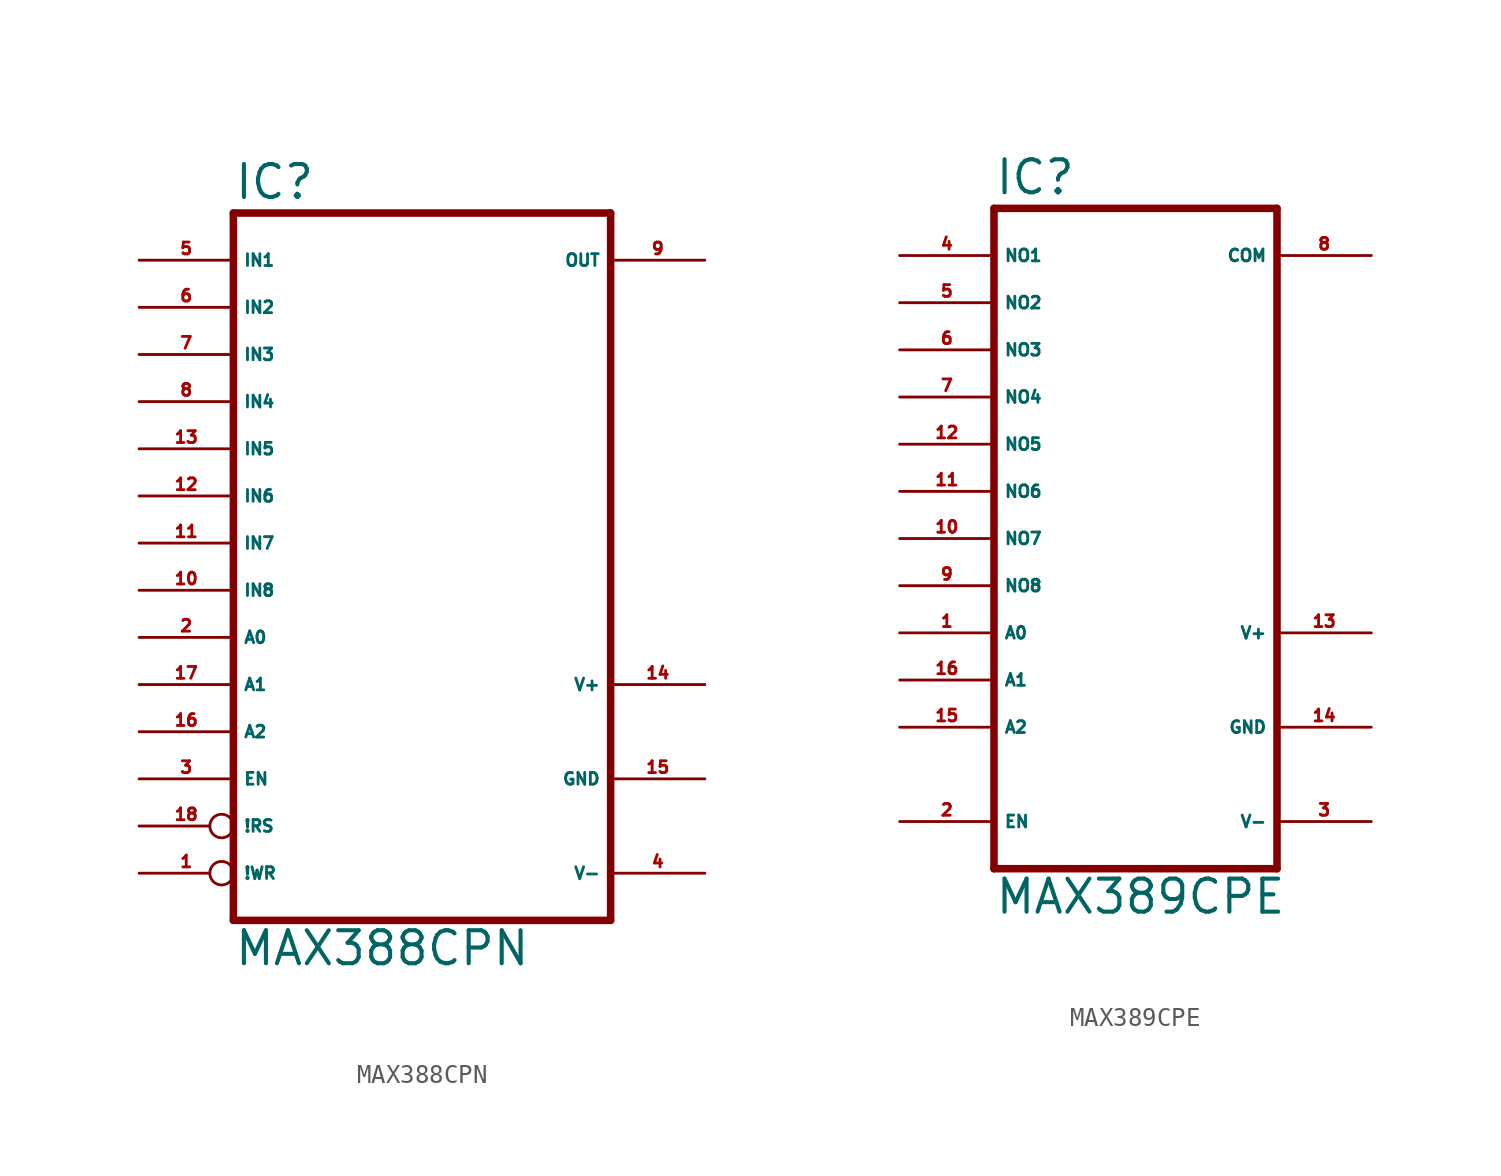
<source format=kicad_sym>
(kicad_symbol_lib
  (version 20220914)
  (generator Eagle2Kicad)
  (symbol "MAX388CPN"
    (property "Reference" "IC"
      (at -10.16 18.415 0)
      (effects (font (size 1.778 1.778) (thickness 0.22)) (justify left bottom)))
    (property "Value" "MAX388CPN"
      (at -10.16 -22.86 0)
      (effects (font (size 1.778 1.778) (thickness 0.22)) (justify left bottom)))
    (polyline
      (pts (xy 10.16 -20.32) (xy 10.16 17.78))
      (stroke (width 0.406) (type default))
      (fill (type none)))
    (polyline
      (pts (xy -10.16 17.78) (xy 10.16 17.78))
      (stroke (width 0.406) (type default))
      (fill (type none)))
    (polyline
      (pts (xy -10.16 17.78) (xy -10.16 -20.32))
      (stroke (width 0.406) (type default))
      (fill (type none)))
    (polyline
      (pts (xy 10.16 -20.32) (xy -10.16 -20.32))
      (stroke (width 0.406) (type default))
      (fill (type none)))
    (pin passive line
      (at -15.24 15.24 0)
      (length 5.08)
      (name "IN1" (effects (font (size 0.635 0.635) (thickness 0.08)) (justify left bottom)))
      (number "5" (effects (font (size 0.635 0.635) (thickness 0.08)) (justify left bottom))))
    (pin passive line
      (at -15.24 12.7 0)
      (length 5.08)
      (name "IN2" (effects (font (size 0.635 0.635) (thickness 0.08)) (justify left bottom)))
      (number "6" (effects (font (size 0.635 0.635) (thickness 0.08)) (justify left bottom))))
    (pin passive line
      (at -15.24 10.16 0)
      (length 5.08)
      (name "IN3" (effects (font (size 0.635 0.635) (thickness 0.08)) (justify left bottom)))
      (number "7" (effects (font (size 0.635 0.635) (thickness 0.08)) (justify left bottom))))
    (pin passive line
      (at -15.24 7.62 0)
      (length 5.08)
      (name "IN4" (effects (font (size 0.635 0.635) (thickness 0.08)) (justify left bottom)))
      (number "8" (effects (font (size 0.635 0.635) (thickness 0.08)) (justify left bottom))))
    (pin passive line
      (at -15.24 5.08 0)
      (length 5.08)
      (name "IN5" (effects (font (size 0.635 0.635) (thickness 0.08)) (justify left bottom)))
      (number "13" (effects (font (size 0.635 0.635) (thickness 0.08)) (justify left bottom))))
    (pin passive line
      (at -15.24 2.54 0)
      (length 5.08)
      (name "IN6" (effects (font (size 0.635 0.635) (thickness 0.08)) (justify left bottom)))
      (number "12" (effects (font (size 0.635 0.635) (thickness 0.08)) (justify left bottom))))
    (pin passive line
      (at -15.24 0 0)
      (length 5.08)
      (name "IN7" (effects (font (size 0.635 0.635) (thickness 0.08)) (justify left bottom)))
      (number "11" (effects (font (size 0.635 0.635) (thickness 0.08)) (justify left bottom))))
    (pin passive line
      (at -15.24 -2.54 0)
      (length 5.08)
      (name "IN8" (effects (font (size 0.635 0.635) (thickness 0.08)) (justify left bottom)))
      (number "10" (effects (font (size 0.635 0.635) (thickness 0.08)) (justify left bottom))))
    (pin input line
      (at -15.24 -5.08 0)
      (length 5.08)
      (name "A0" (effects (font (size 0.635 0.635) (thickness 0.08)) (justify left bottom)))
      (number "2" (effects (font (size 0.635 0.635) (thickness 0.08)) (justify left bottom))))
    (pin input line
      (at -15.24 -7.62 0)
      (length 5.08)
      (name "A1" (effects (font (size 0.635 0.635) (thickness 0.08)) (justify left bottom)))
      (number "17" (effects (font (size 0.635 0.635) (thickness 0.08)) (justify left bottom))))
    (pin input line
      (at -15.24 -10.16 0)
      (length 5.08)
      (name "A2" (effects (font (size 0.635 0.635) (thickness 0.08)) (justify left bottom)))
      (number "16" (effects (font (size 0.635 0.635) (thickness 0.08)) (justify left bottom))))
    (pin input line
      (at -15.24 -12.7 0)
      (length 5.08)
      (name "EN" (effects (font (size 0.635 0.635) (thickness 0.08)) (justify left bottom)))
      (number "3" (effects (font (size 0.635 0.635) (thickness 0.08)) (justify left bottom))))
    (pin input inverted
      (at -15.24 -15.24 0)
      (length 5.08)
      (name "!RS" (effects (font (size 0.635 0.635) (thickness 0.08)) (justify left bottom)))
      (number "18" (effects (font (size 0.635 0.635) (thickness 0.08)) (justify left bottom))))
    (pin input inverted
      (at -15.24 -17.78 0)
      (length 5.08)
      (name "!WR" (effects (font (size 0.635 0.635) (thickness 0.08)) (justify left bottom)))
      (number "1" (effects (font (size 0.635 0.635) (thickness 0.08)) (justify left bottom))))
    (pin passive line
      (at 15.24 15.24 180)
      (length 5.08)
      (name "OUT" (effects (font (size 0.635 0.635) (thickness 0.08)) (justify left bottom)))
      (number "9" (effects (font (size 0.635 0.635) (thickness 0.08)) (justify left bottom))))
    (pin unspecified line
      (at 15.24 -12.7 180)
      (length 5.08)
      (name "GND" (effects (font (size 0.635 0.635) (thickness 0.08)) (justify left bottom)))
      (number "15" (effects (font (size 0.635 0.635) (thickness 0.08)) (justify left bottom))))
    (pin unspecified line
      (at 15.24 -17.78 180)
      (length 5.08)
      (name "V-" (effects (font (size 0.635 0.635) (thickness 0.08)) (justify left bottom)))
      (number "4" (effects (font (size 0.635 0.635) (thickness 0.08)) (justify left bottom))))
    (pin unspecified line
      (at 15.24 -7.62 180)
      (length 5.08)
      (name "V+" (effects (font (size 0.635 0.635) (thickness 0.08)) (justify left bottom)))
      (number "14" (effects (font (size 0.635 0.635) (thickness 0.08)) (justify left bottom)))))
  (symbol "MAX389CPE"
    (property "Reference" "IC"
      (at -7.62 18.415 0)
      (effects (font (size 1.778 1.778) (thickness 0.22)) (justify left bottom)))
    (property "Value" "MAX389CPE"
      (at -7.62 -20.32 0)
      (effects (font (size 1.778 1.778) (thickness 0.22)) (justify left bottom)))
    (polyline
      (pts (xy -7.62 -17.78) (xy 7.62 -17.78))
      (stroke (width 0.406) (type default))
      (fill (type none)))
    (polyline
      (pts (xy 7.62 -17.78) (xy 7.62 17.78))
      (stroke (width 0.406) (type default))
      (fill (type none)))
    (polyline
      (pts (xy 7.62 17.78) (xy -7.62 17.78))
      (stroke (width 0.406) (type default))
      (fill (type none)))
    (polyline
      (pts (xy -7.62 17.78) (xy -7.62 -17.78))
      (stroke (width 0.406) (type default))
      (fill (type none)))
    (pin input line
      (at -12.7 -5.08 0)
      (length 5.08)
      (name "A0" (effects (font (size 0.635 0.635) (thickness 0.08)) (justify left bottom)))
      (number "1" (effects (font (size 0.635 0.635) (thickness 0.08)) (justify left bottom))))
    (pin input line
      (at -12.7 -7.62 0)
      (length 5.08)
      (name "A1" (effects (font (size 0.635 0.635) (thickness 0.08)) (justify left bottom)))
      (number "16" (effects (font (size 0.635 0.635) (thickness 0.08)) (justify left bottom))))
    (pin input line
      (at -12.7 -10.16 0)
      (length 5.08)
      (name "A2" (effects (font (size 0.635 0.635) (thickness 0.08)) (justify left bottom)))
      (number "15" (effects (font (size 0.635 0.635) (thickness 0.08)) (justify left bottom))))
    (pin passive line
      (at -12.7 15.24 0)
      (length 5.08)
      (name "NO1" (effects (font (size 0.635 0.635) (thickness 0.08)) (justify left bottom)))
      (number "4" (effects (font (size 0.635 0.635) (thickness 0.08)) (justify left bottom))))
    (pin passive line
      (at 12.7 15.24 180)
      (length 5.08)
      (name "COM" (effects (font (size 0.635 0.635) (thickness 0.08)) (justify left bottom)))
      (number "8" (effects (font (size 0.635 0.635) (thickness 0.08)) (justify left bottom))))
    (pin input line
      (at -12.7 -15.24 0)
      (length 5.08)
      (name "EN" (effects (font (size 0.635 0.635) (thickness 0.08)) (justify left bottom)))
      (number "2" (effects (font (size 0.635 0.635) (thickness 0.08)) (justify left bottom))))
    (pin unspecified line
      (at 12.7 -5.08 180)
      (length 5.08)
      (name "V+" (effects (font (size 0.635 0.635) (thickness 0.08)) (justify left bottom)))
      (number "13" (effects (font (size 0.635 0.635) (thickness 0.08)) (justify left bottom))))
    (pin unspecified line
      (at 12.7 -10.16 180)
      (length 5.08)
      (name "GND" (effects (font (size 0.635 0.635) (thickness 0.08)) (justify left bottom)))
      (number "14" (effects (font (size 0.635 0.635) (thickness 0.08)) (justify left bottom))))
    (pin unspecified line
      (at 12.7 -15.24 180)
      (length 5.08)
      (name "V-" (effects (font (size 0.635 0.635) (thickness 0.08)) (justify left bottom)))
      (number "3" (effects (font (size 0.635 0.635) (thickness 0.08)) (justify left bottom))))
    (pin passive line
      (at -12.7 2.54 0)
      (length 5.08)
      (name "NO6" (effects (font (size 0.635 0.635) (thickness 0.08)) (justify left bottom)))
      (number "11" (effects (font (size 0.635 0.635) (thickness 0.08)) (justify left bottom))))
    (pin passive line
      (at -12.7 7.62 0)
      (length 5.08)
      (name "NO4" (effects (font (size 0.635 0.635) (thickness 0.08)) (justify left bottom)))
      (number "7" (effects (font (size 0.635 0.635) (thickness 0.08)) (justify left bottom))))
    (pin passive line
      (at -12.7 5.08 0)
      (length 5.08)
      (name "NO5" (effects (font (size 0.635 0.635) (thickness 0.08)) (justify left bottom)))
      (number "12" (effects (font (size 0.635 0.635) (thickness 0.08)) (justify left bottom))))
    (pin passive line
      (at -12.7 12.7 0)
      (length 5.08)
      (name "NO2" (effects (font (size 0.635 0.635) (thickness 0.08)) (justify left bottom)))
      (number "5" (effects (font (size 0.635 0.635) (thickness 0.08)) (justify left bottom))))
    (pin passive line
      (at -12.7 10.16 0)
      (length 5.08)
      (name "NO3" (effects (font (size 0.635 0.635) (thickness 0.08)) (justify left bottom)))
      (number "6" (effects (font (size 0.635 0.635) (thickness 0.08)) (justify left bottom))))
    (pin passive line
      (at -12.7 -2.54 0)
      (length 5.08)
      (name "NO8" (effects (font (size 0.635 0.635) (thickness 0.08)) (justify left bottom)))
      (number "9" (effects (font (size 0.635 0.635) (thickness 0.08)) (justify left bottom))))
    (pin passive line
      (at -12.7 0 0)
      (length 5.08)
      (name "NO7" (effects (font (size 0.635 0.635) (thickness 0.08)) (justify left bottom)))
      (number "10" (effects (font (size 0.635 0.635) (thickness 0.08)) (justify left bottom))))))
</source>
